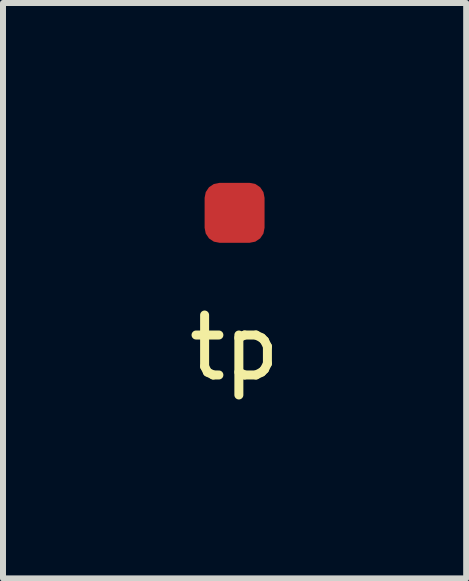
<source format=kicad_pcb>
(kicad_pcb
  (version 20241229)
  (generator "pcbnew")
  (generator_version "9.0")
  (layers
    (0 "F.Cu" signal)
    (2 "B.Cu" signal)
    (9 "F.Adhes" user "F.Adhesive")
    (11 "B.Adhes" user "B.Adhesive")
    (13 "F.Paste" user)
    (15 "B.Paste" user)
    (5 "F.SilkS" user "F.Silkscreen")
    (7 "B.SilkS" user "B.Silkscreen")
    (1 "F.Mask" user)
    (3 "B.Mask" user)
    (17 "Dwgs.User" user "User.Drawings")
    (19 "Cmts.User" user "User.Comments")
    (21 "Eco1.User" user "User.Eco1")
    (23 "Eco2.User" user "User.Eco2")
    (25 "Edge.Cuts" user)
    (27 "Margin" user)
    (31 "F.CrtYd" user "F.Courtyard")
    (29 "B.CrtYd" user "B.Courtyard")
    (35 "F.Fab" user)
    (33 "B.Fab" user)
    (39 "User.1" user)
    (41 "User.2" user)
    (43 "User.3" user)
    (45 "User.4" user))
  (footprint "tp"
    (layer "F.Cu")
    (at 0.863 0.5)
    (property "Reference" "tp" (at 0 2.25 0) (layer "F.SilkS") (effects (font (size 1 1) (thickness 0.15))))
    (attr through_hole)
    (pad "1" smd roundrect (at 0 0) (size 1 1) (layers "F.Cu" "F.Mask" "F.Paste") (roundrect_rratio 0.25)))
  (gr_rect
    (start -3 -3)
    (end 4.726 6.598)
    (stroke (width 0.1) (type default))
    (fill no)
    (layer "Edge.Cuts")))
</source>
